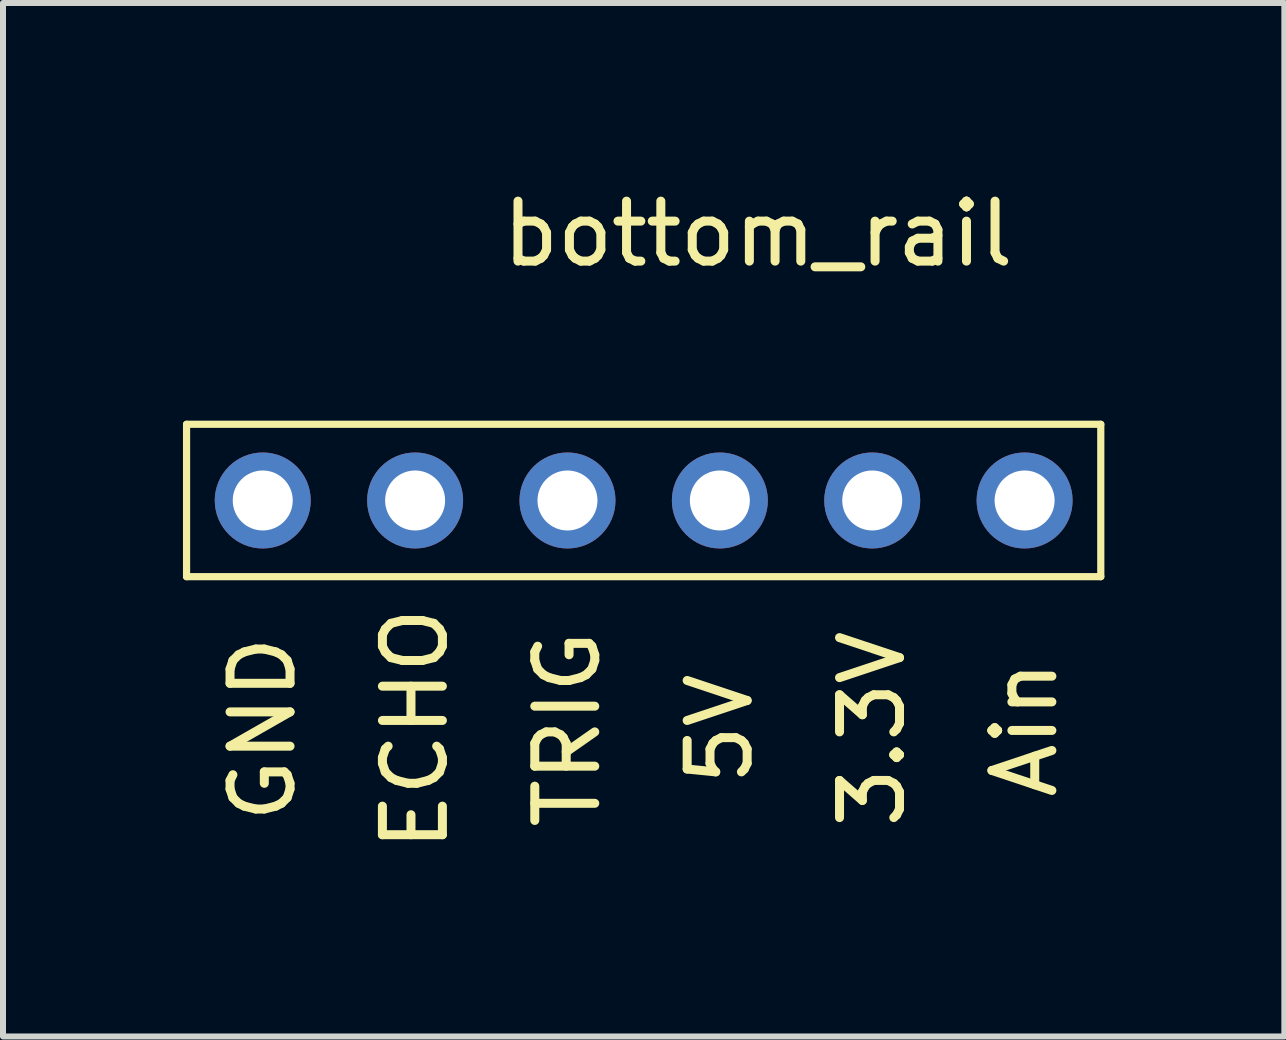
<source format=kicad_pcb>
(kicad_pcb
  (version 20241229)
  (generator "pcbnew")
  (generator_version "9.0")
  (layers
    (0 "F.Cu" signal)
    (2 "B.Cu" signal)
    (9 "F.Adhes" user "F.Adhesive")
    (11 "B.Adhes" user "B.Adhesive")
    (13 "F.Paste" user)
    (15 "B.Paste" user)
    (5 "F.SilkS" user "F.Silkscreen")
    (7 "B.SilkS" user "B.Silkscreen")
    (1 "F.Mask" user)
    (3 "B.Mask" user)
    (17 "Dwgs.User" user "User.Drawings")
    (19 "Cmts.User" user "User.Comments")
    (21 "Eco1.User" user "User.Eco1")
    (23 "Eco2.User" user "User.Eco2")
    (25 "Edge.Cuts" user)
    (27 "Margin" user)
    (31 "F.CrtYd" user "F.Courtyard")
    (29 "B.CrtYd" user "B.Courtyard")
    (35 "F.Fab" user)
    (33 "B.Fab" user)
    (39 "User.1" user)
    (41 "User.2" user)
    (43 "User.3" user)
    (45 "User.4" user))
  (footprint "bottom_rail"
    (layer "F.Cu")
    (at 8.95 2.753)
    (property "Reference" "bottom_rail" (at 0.635 -1.905 0) (layer "F.SilkS") (effects (font (size 1 1) (thickness 0.15))))
    (attr through_hole)
    (fp_line (start -8.89 1.27) (end -8.89 3.81) (stroke (width 0.12) (type solid)) (layer "F.SilkS"))
    (fp_line (start -8.89 3.81) (end 6.35 3.81) (stroke (width 0.12) (type solid)) (layer "F.SilkS"))
    (fp_line (start 6.35 1.27) (end -8.89 1.27) (stroke (width 0.12) (type solid)) (layer "F.SilkS"))
    (fp_line (start 6.35 3.81) (end 6.35 1.27) (stroke (width 0.12) (type solid)) (layer "F.SilkS"))
    (fp_text user "GND" (at -7.62 6.35 90) (layer "F.SilkS") (effects (font (size 1 1) (thickness 0.15))))
    (fp_text user "ECHO" (at -5.08 6.35 90) (layer "F.SilkS") (effects (font (size 1 1) (thickness 0.15))))
    (fp_text user "TRIG" (at -2.54 6.35 90) (layer "F.SilkS") (effects (font (size 1 1) (thickness 0.15))))
    (fp_text user "5V" (at 0 6.35 90) (layer "F.SilkS") (effects (font (size 1 1) (thickness 0.15))))
    (fp_text user "Ain" (at 5.08 6.35 90) (layer "F.SilkS") (effects (font (size 1 1) (thickness 0.15))))
    (fp_text user "3.3V" (at 2.54 6.35 90) (layer "F.SilkS") (effects (font (size 1 1) (thickness 0.15))))
    (pad "1" thru_hole circle (at -7.62 2.54) (size 1.6 1.6) (drill 1) (layers "*.Cu" "*.Mask"))
    (pad "2" thru_hole circle (at -5.08 2.54) (size 1.6 1.6) (drill 1) (layers "*.Cu" "*.Mask"))
    (pad "3" thru_hole circle (at -2.54 2.54) (size 1.6 1.6) (drill 1) (layers "*.Cu" "*.Mask"))
    (pad "4" thru_hole circle (at 0 2.54) (size 1.6 1.6) (drill 1) (layers "*.Cu" "*.Mask"))
    (pad "5" thru_hole circle (at 2.54 2.54) (size 1.6 1.6) (drill 1) (layers "*.Cu" "*.Mask"))
    (pad "6" thru_hole circle (at 5.08 2.54) (size 1.6 1.6) (drill 1) (layers "*.Cu" "*.Mask")))
  (gr_rect
    (start -3 -3)
    (end 18.36 14.228)
    (stroke (width 0.1) (type default))
    (fill no)
    (layer "Edge.Cuts")))
</source>
